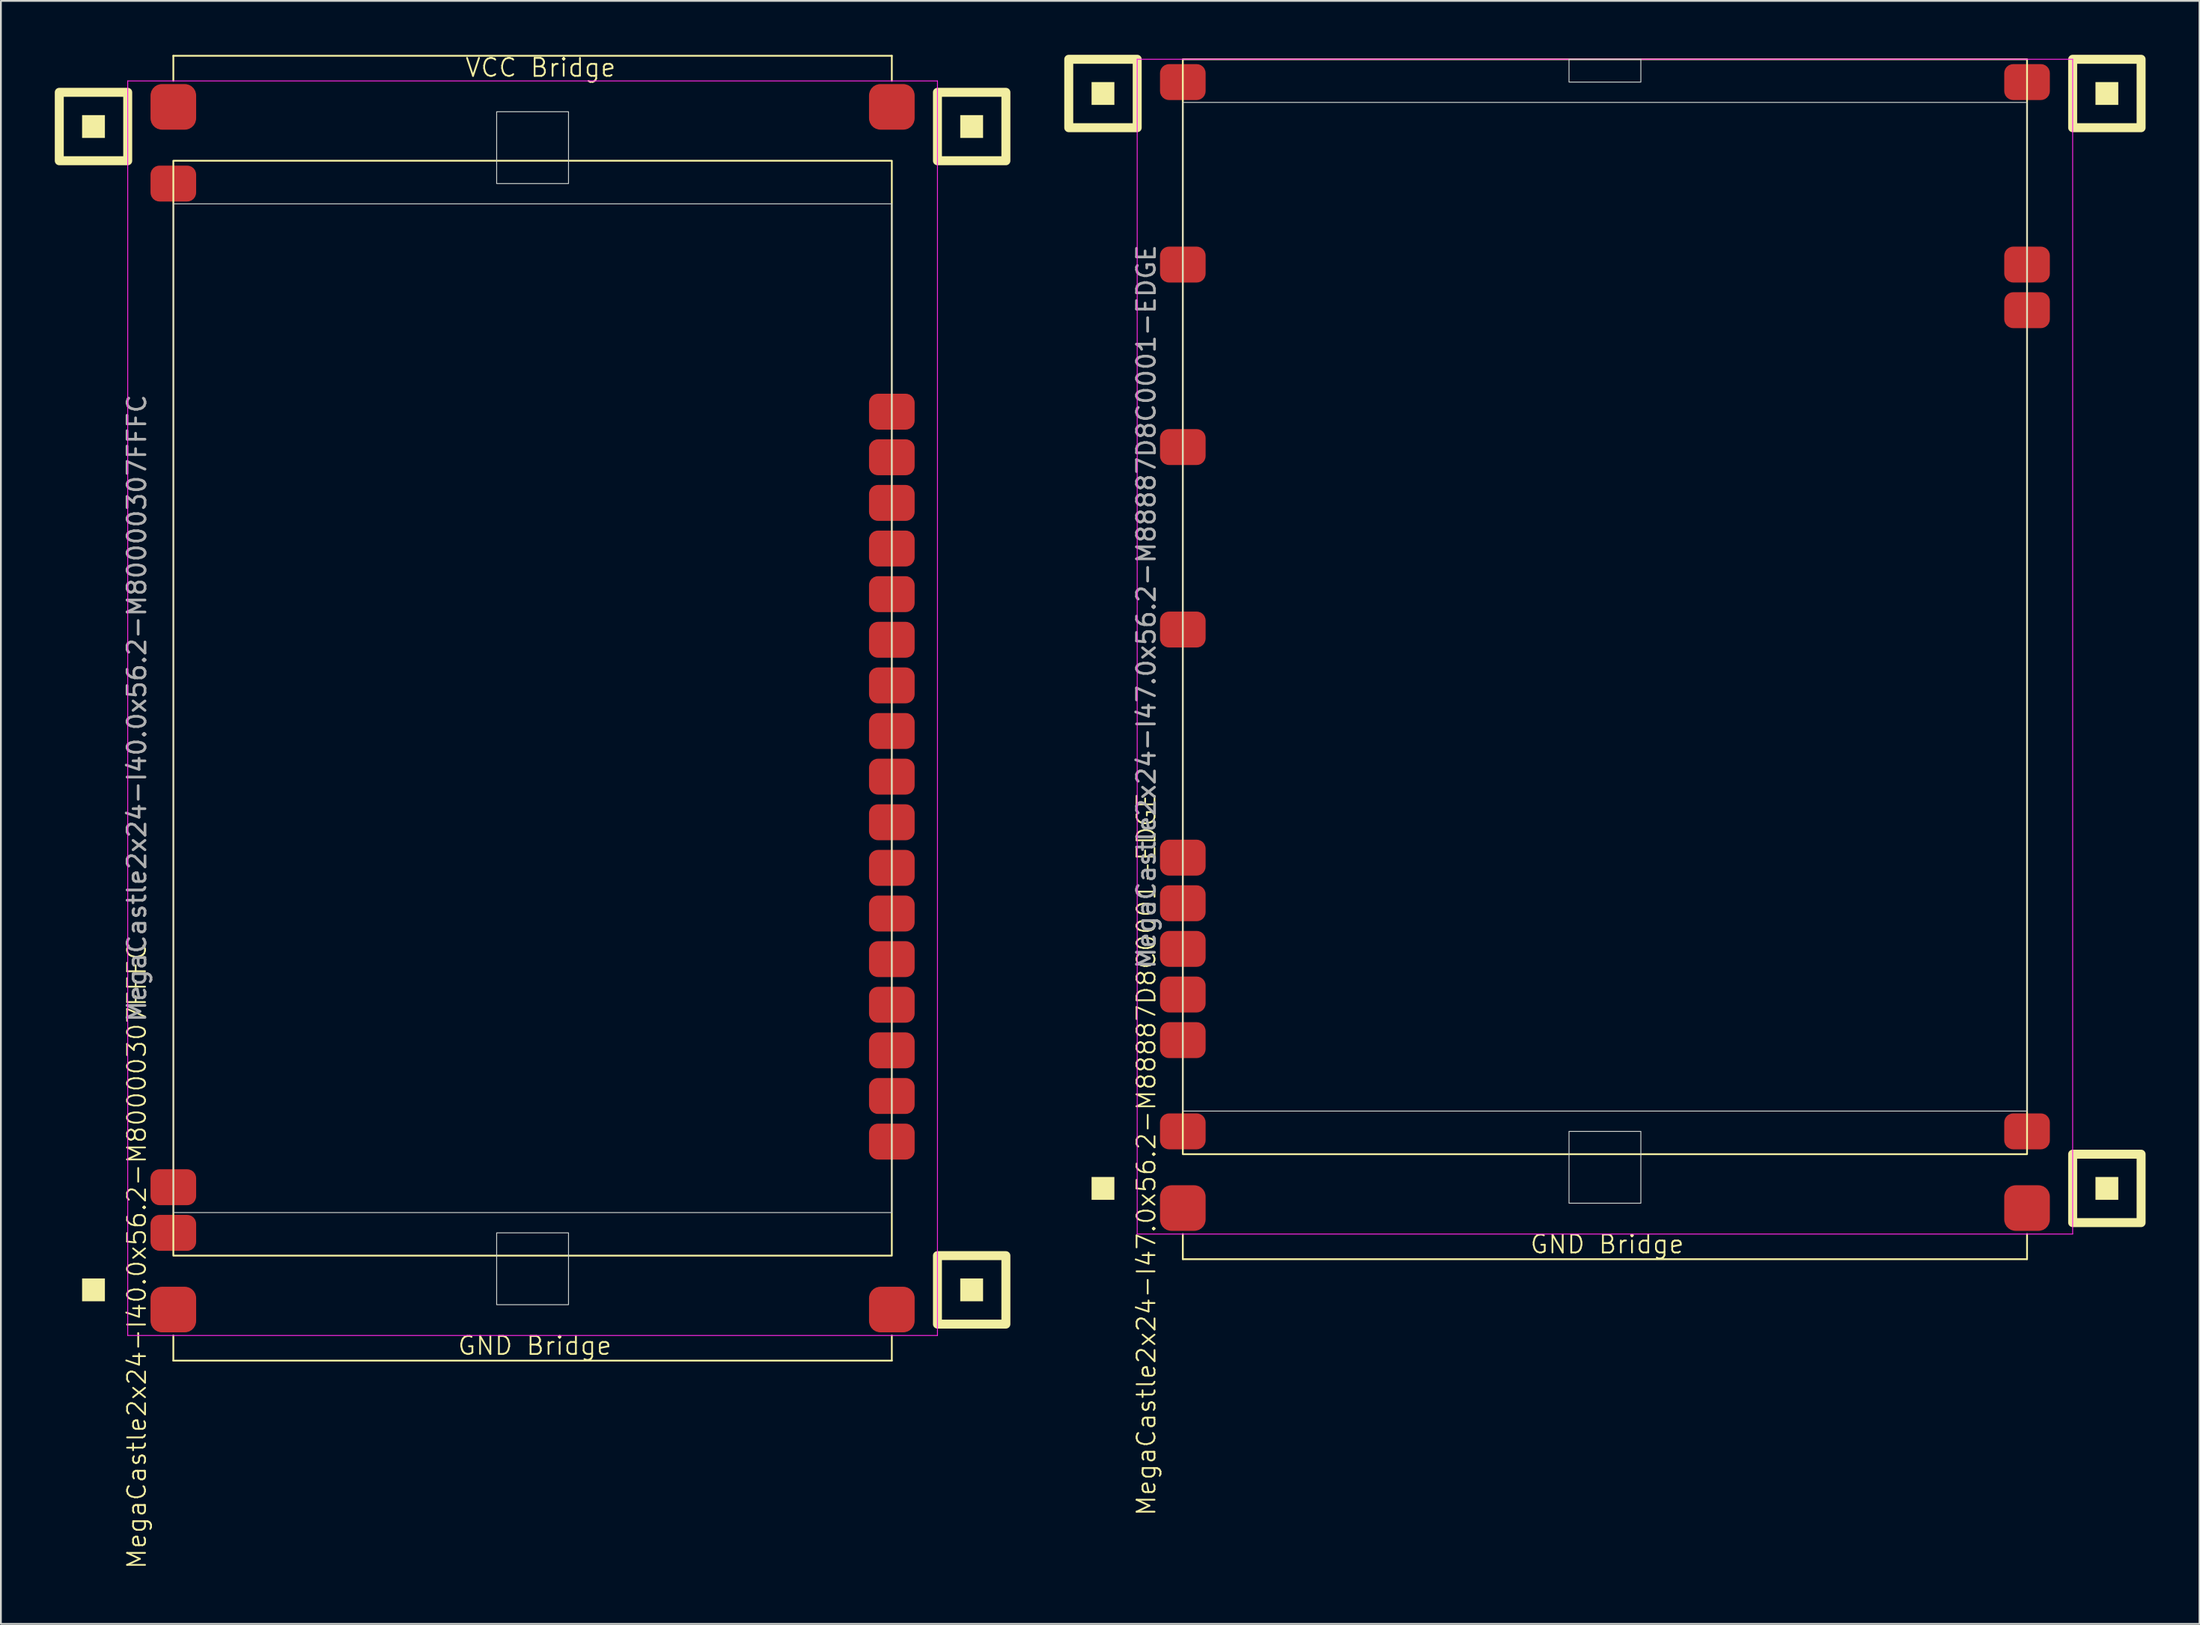
<source format=kicad_pcb>
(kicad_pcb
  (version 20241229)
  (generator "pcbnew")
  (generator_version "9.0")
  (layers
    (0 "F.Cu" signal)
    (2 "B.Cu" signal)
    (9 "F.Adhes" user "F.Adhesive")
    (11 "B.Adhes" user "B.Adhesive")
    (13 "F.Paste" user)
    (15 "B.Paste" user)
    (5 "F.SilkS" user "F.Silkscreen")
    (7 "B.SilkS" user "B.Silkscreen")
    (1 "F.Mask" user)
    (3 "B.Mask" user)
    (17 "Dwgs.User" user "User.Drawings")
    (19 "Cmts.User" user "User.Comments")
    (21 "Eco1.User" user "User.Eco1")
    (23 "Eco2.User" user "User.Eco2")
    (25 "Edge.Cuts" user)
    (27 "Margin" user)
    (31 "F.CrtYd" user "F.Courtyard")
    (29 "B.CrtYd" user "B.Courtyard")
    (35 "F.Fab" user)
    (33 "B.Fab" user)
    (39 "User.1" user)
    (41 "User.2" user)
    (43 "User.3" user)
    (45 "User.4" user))
  (footprint "MegaCastle2x24-I47.0x56.2-M88887D8C0001-EDGE"
    (layer "F.Cu")
    (at 86.3 30.73)
    (property "Reference" "MegaCastle2x24-I47.0x56.2-M88887D8C0001-EDGE" (at -25.532 30.48 90) (unlocked yes) (layer "F.SilkS") (effects (font (size 1 1) (thickness 0.1))))
    (attr smd)
    (fp_line (start -23.5 34.925) (end -23.5 36.325) (stroke (width 0.1) (type default)) (layer "F.SilkS"))
    (fp_line (start -23.5 36.325) (end 23.5 36.325) (stroke (width 0.1) (type default)) (layer "F.SilkS"))
    (fp_line (start 23.5 34.925) (end 23.5 36.325) (stroke (width 0.1) (type default)) (layer "F.SilkS"))
    (fp_rect (start -27.31 -27.94) (end -28.58 -29.21) (stroke (width 0) (type solid)) (fill yes) (layer "F.SilkS"))
    (fp_rect (start -27.31 33.02) (end -28.58 31.75) (stroke (width 0) (type solid)) (fill yes) (layer "F.SilkS"))
    (fp_rect (start -26.04 -26.67) (end -29.85 -30.48) (stroke (width 0.5) (type default)) (fill no) (layer "F.SilkS"))
    (fp_rect (start -23.5 -30.48) (end 23.5 30.48) (stroke (width 0.1) (type default)) (fill no) (layer "F.SilkS"))
    (fp_rect (start 28.58 -27.94) (end 27.31 -29.21) (stroke (width 0) (type solid)) (fill yes) (layer "F.SilkS"))
    (fp_rect (start 28.58 33.02) (end 27.31 31.75) (stroke (width 0) (type solid)) (fill yes) (layer "F.SilkS"))
    (fp_rect (start 29.85 -26.67) (end 26.04 -30.48) (stroke (width 0.5) (type default)) (fill no) (layer "F.SilkS"))
    (fp_rect (start 29.85 34.29) (end 26.04 30.48) (stroke (width 0.5) (type default)) (fill no) (layer "F.SilkS"))
    (fp_rect (start -23.5 -28.08) (end 23.5 28.08) (stroke (width 0.05) (type default)) (fill no) (layer "Edge.Cuts"))
    (fp_rect (start -2 -29.21) (end 2 -30.48) (stroke (width 0.05) (type default)) (fill no) (layer "Edge.Cuts"))
    (fp_rect (start -2 29.21) (end 2 33.21) (stroke (width 0.05) (type default)) (fill no) (layer "Edge.Cuts"))
    (fp_line (start -26.04 -30.48) (end -26.04 34.925) (stroke (width 0.05) (type default)) (layer "F.CrtYd"))
    (fp_line (start -26.04 34.925) (end 26.04 34.925) (stroke (width 0.05) (type default)) (layer "F.CrtYd"))
    (fp_line (start 26.04 -30.48) (end -26.04 -30.48) (stroke (width 0.05) (type default)) (layer "F.CrtYd"))
    (fp_line (start 26.04 -30.48) (end 26.04 34.925) (stroke (width 0.05) (type default)) (layer "F.CrtYd"))
    (fp_text user "GND Bridge" (at -4.226 36.08 0) (unlocked yes) (layer "F.SilkS") (effects (font (size 1 1) (thickness 0.1)) (justify left bottom)))
    (fp_text user "${REFERENCE}" (at -25.532 0 90) (unlocked yes) (layer "F.Fab") (effects (font (size 1 1) (thickness 0.15))))
    (pad "1" smd roundrect (at -23.5 -29.21) (size 2.54 2) (layers "F.Cu" "F.Mask" "F.Paste") (roundrect_rratio 0.25))
    (pad "5" smd roundrect (at -23.5 -19.05) (size 2.54 2) (layers "F.Cu" "F.Mask" "F.Paste") (roundrect_rratio 0.25))
    (pad "9" smd roundrect (at -23.5 -8.89) (size 2.54 2) (layers "F.Cu" "F.Mask" "F.Paste") (roundrect_rratio 0.25))
    (pad "13" smd roundrect (at -23.5 1.27) (size 2.54 2) (layers "F.Cu" "F.Mask" "F.Paste") (roundrect_rratio 0.25))
    (pad "18" smd roundrect (at -23.5 13.97) (size 2.54 2) (layers "F.Cu" "F.Mask" "F.Paste") (roundrect_rratio 0.25))
    (pad "19" smd roundrect (at -23.5 16.51) (size 2.54 2) (layers "F.Cu" "F.Mask" "F.Paste") (roundrect_rratio 0.25))
    (pad "20" smd roundrect (at -23.5 19.05) (size 2.54 2) (layers "F.Cu" "F.Mask" "F.Paste") (roundrect_rratio 0.25))
    (pad "21" smd roundrect (at -23.5 21.59) (size 2.54 2) (layers "F.Cu" "F.Mask" "F.Paste") (roundrect_rratio 0.25))
    (pad "22" smd roundrect (at -23.5 24.13) (size 2.54 2) (layers "F.Cu" "F.Mask" "F.Paste") (roundrect_rratio 0.25))
    (pad "24" smd roundrect (at -23.5 29.21) (size 2.54 2) (layers "F.Cu" "F.Mask" "F.Paste") (roundrect_rratio 0.25))
    (pad "25" smd roundrect (at 23.5 -29.21) (size 2.54 2) (layers "F.Cu" "F.Mask" "F.Paste") (roundrect_rratio 0.25))
    (pad "29" smd roundrect (at 23.5 -19.05) (size 2.54 2) (layers "F.Cu" "F.Mask" "F.Paste") (roundrect_rratio 0.25))
    (pad "30" smd roundrect (at 23.5 -16.51) (size 2.54 2) (layers "F.Cu" "F.Mask" "F.Paste") (roundrect_rratio 0.25))
    (pad "48" smd roundrect (at 23.5 29.21) (size 2.54 2) (layers "F.Cu" "F.Mask" "F.Paste") (roundrect_rratio 0.25))
    (pad "B1" smd roundrect (at -23.5 33.48) (size 2.54 2.54) (layers "F.Cu" "F.Mask" "F.Paste") (roundrect_rratio 0.25))
    (pad "B2" smd roundrect (at 23.5 33.48) (size 2.54 2.54) (layers "F.Cu" "F.Mask" "F.Paste") (roundrect_rratio 0.25)))
  (footprint "MegaCastle2x24-I40.0x56.2-M80000307FFFC"
    (layer "F.Cu")
    (at 26.6 36.38)
    (property "Reference" "MegaCastle2x24-I40.0x56.2-M80000307FFFC" (at -22.032 30.48 90) (unlocked yes) (layer "F.SilkS") (effects (font (size 1 1) (thickness 0.1))))
    (attr smd)
    (fp_line (start -20 -36.325) (end 20 -36.325) (stroke (width 0.1) (type default)) (layer "F.SilkS"))
    (fp_line (start -20 -34.925) (end -20 -36.325) (stroke (width 0.1) (type default)) (layer "F.SilkS"))
    (fp_line (start -20 34.925) (end -20 36.325) (stroke (width 0.1) (type default)) (layer "F.SilkS"))
    (fp_line (start -20 36.325) (end 20 36.325) (stroke (width 0.1) (type default)) (layer "F.SilkS"))
    (fp_line (start 20 -34.925) (end 20 -36.325) (stroke (width 0.1) (type default)) (layer "F.SilkS"))
    (fp_line (start 20 34.925) (end 20 36.325) (stroke (width 0.1) (type default)) (layer "F.SilkS"))
    (fp_rect (start -23.81 -31.75) (end -25.08 -33.02) (stroke (width 0) (type solid)) (fill yes) (layer "F.SilkS"))
    (fp_rect (start -23.81 33.02) (end -25.08 31.75) (stroke (width 0) (type solid)) (fill yes) (layer "F.SilkS"))
    (fp_rect (start -22.54 -30.48) (end -26.35 -34.29) (stroke (width 0.5) (type default)) (fill no) (layer "F.SilkS"))
    (fp_rect (start -20 -30.48) (end 20 30.48) (stroke (width 0.1) (type default)) (fill no) (layer "F.SilkS"))
    (fp_rect (start 25.08 -31.75) (end 23.81 -33.02) (stroke (width 0) (type solid)) (fill yes) (layer "F.SilkS"))
    (fp_rect (start 25.08 33.02) (end 23.81 31.75) (stroke (width 0) (type solid)) (fill yes) (layer "F.SilkS"))
    (fp_rect (start 26.35 -30.48) (end 22.54 -34.29) (stroke (width 0.5) (type default)) (fill no) (layer "F.SilkS"))
    (fp_rect (start 26.35 34.29) (end 22.54 30.48) (stroke (width 0.5) (type default)) (fill no) (layer "F.SilkS"))
    (fp_rect (start -20 -28.08) (end 20 28.08) (stroke (width 0.05) (type default)) (fill no) (layer "Edge.Cuts"))
    (fp_rect (start -2 -29.21) (end 2 -33.21) (stroke (width 0.05) (type default)) (fill no) (layer "Edge.Cuts"))
    (fp_rect (start -2 29.21) (end 2 33.21) (stroke (width 0.05) (type default)) (fill no) (layer "Edge.Cuts"))
    (fp_line (start -22.54 -34.925) (end -22.54 34.925) (stroke (width 0.05) (type default)) (layer "F.CrtYd"))
    (fp_line (start -22.54 34.925) (end 22.54 34.925) (stroke (width 0.05) (type default)) (layer "F.CrtYd"))
    (fp_line (start 22.54 -34.925) (end -22.54 -34.925) (stroke (width 0.05) (type default)) (layer "F.CrtYd"))
    (fp_line (start 22.54 -34.925) (end 22.54 34.925) (stroke (width 0.05) (type default)) (layer "F.CrtYd"))
    (fp_text user "VCC Bridge" (at -3.81 -35.08 0) (unlocked yes) (layer "F.SilkS") (effects (font (size 1 1) (thickness 0.1)) (justify left bottom)))
    (fp_text user "GND Bridge" (at -4.226 36.08 0) (unlocked yes) (layer "F.SilkS") (effects (font (size 1 1) (thickness 0.1)) (justify left bottom)))
    (fp_text user "${REFERENCE}" (at -22.032 0 90) (unlocked yes) (layer "F.Fab") (effects (font (size 1 1) (thickness 0.15))))
    (pad "1" smd roundrect (at -20 -29.21) (size 2.54 2) (layers "F.Cu" "F.Mask" "F.Paste") (roundrect_rratio 0.25))
    (pad "23" smd roundrect (at -20 26.67) (size 2.54 2) (layers "F.Cu" "F.Mask" "F.Paste") (roundrect_rratio 0.25))
    (pad "24" smd roundrect (at -20 29.21) (size 2.54 2) (layers "F.Cu" "F.Mask" "F.Paste") (roundrect_rratio 0.25))
    (pad "30" smd roundrect (at 20 -16.51) (size 2.54 2) (layers "F.Cu" "F.Mask" "F.Paste") (roundrect_rratio 0.25))
    (pad "31" smd roundrect (at 20 -13.97) (size 2.54 2) (layers "F.Cu" "F.Mask" "F.Paste") (roundrect_rratio 0.25))
    (pad "32" smd roundrect (at 20 -11.43) (size 2.54 2) (layers "F.Cu" "F.Mask" "F.Paste") (roundrect_rratio 0.25))
    (pad "33" smd roundrect (at 20 -8.89) (size 2.54 2) (layers "F.Cu" "F.Mask" "F.Paste") (roundrect_rratio 0.25))
    (pad "34" smd roundrect (at 20 -6.35) (size 2.54 2) (layers "F.Cu" "F.Mask" "F.Paste") (roundrect_rratio 0.25))
    (pad "35" smd roundrect (at 20 -3.81) (size 2.54 2) (layers "F.Cu" "F.Mask" "F.Paste") (roundrect_rratio 0.25))
    (pad "36" smd roundrect (at 20 -1.27) (size 2.54 2) (layers "F.Cu" "F.Mask" "F.Paste") (roundrect_rratio 0.25))
    (pad "37" smd roundrect (at 20 1.27) (size 2.54 2) (layers "F.Cu" "F.Mask" "F.Paste") (roundrect_rratio 0.25))
    (pad "38" smd roundrect (at 20 3.81) (size 2.54 2) (layers "F.Cu" "F.Mask" "F.Paste") (roundrect_rratio 0.25))
    (pad "39" smd roundrect (at 20 6.35) (size 2.54 2) (layers "F.Cu" "F.Mask" "F.Paste") (roundrect_rratio 0.25))
    (pad "40" smd roundrect (at 20 8.89) (size 2.54 2) (layers "F.Cu" "F.Mask" "F.Paste") (roundrect_rratio 0.25))
    (pad "41" smd roundrect (at 20 11.43) (size 2.54 2) (layers "F.Cu" "F.Mask" "F.Paste") (roundrect_rratio 0.25))
    (pad "42" smd roundrect (at 20 13.97) (size 2.54 2) (layers "F.Cu" "F.Mask" "F.Paste") (roundrect_rratio 0.25))
    (pad "43" smd roundrect (at 20 16.51) (size 2.54 2) (layers "F.Cu" "F.Mask" "F.Paste") (roundrect_rratio 0.25))
    (pad "44" smd roundrect (at 20 19.05) (size 2.54 2) (layers "F.Cu" "F.Mask" "F.Paste") (roundrect_rratio 0.25))
    (pad "45" smd roundrect (at 20 21.59) (size 2.54 2) (layers "F.Cu" "F.Mask" "F.Paste") (roundrect_rratio 0.25))
    (pad "46" smd roundrect (at 20 24.13) (size 2.54 2) (layers "F.Cu" "F.Mask" "F.Paste") (roundrect_rratio 0.25))
    (pad "A1" smd roundrect (at -20 -33.48) (size 2.54 2.54) (layers "F.Cu" "F.Mask" "F.Paste") (roundrect_rratio 0.25))
    (pad "A2" smd roundrect (at 20 -33.48) (size 2.54 2.54) (layers "F.Cu" "F.Mask" "F.Paste") (roundrect_rratio 0.25))
    (pad "B1" smd roundrect (at -20 33.48) (size 2.54 2.54) (layers "F.Cu" "F.Mask" "F.Paste") (roundrect_rratio 0.25))
    (pad "B2" smd roundrect (at 20 33.48) (size 2.54 2.54) (layers "F.Cu" "F.Mask" "F.Paste") (roundrect_rratio 0.25)))
  (gr_rect
    (start -3 -3)
    (end 119.4 87.362)
    (stroke (width 0.1) (type default))
    (fill no)
    (layer "Edge.Cuts")))
</source>
